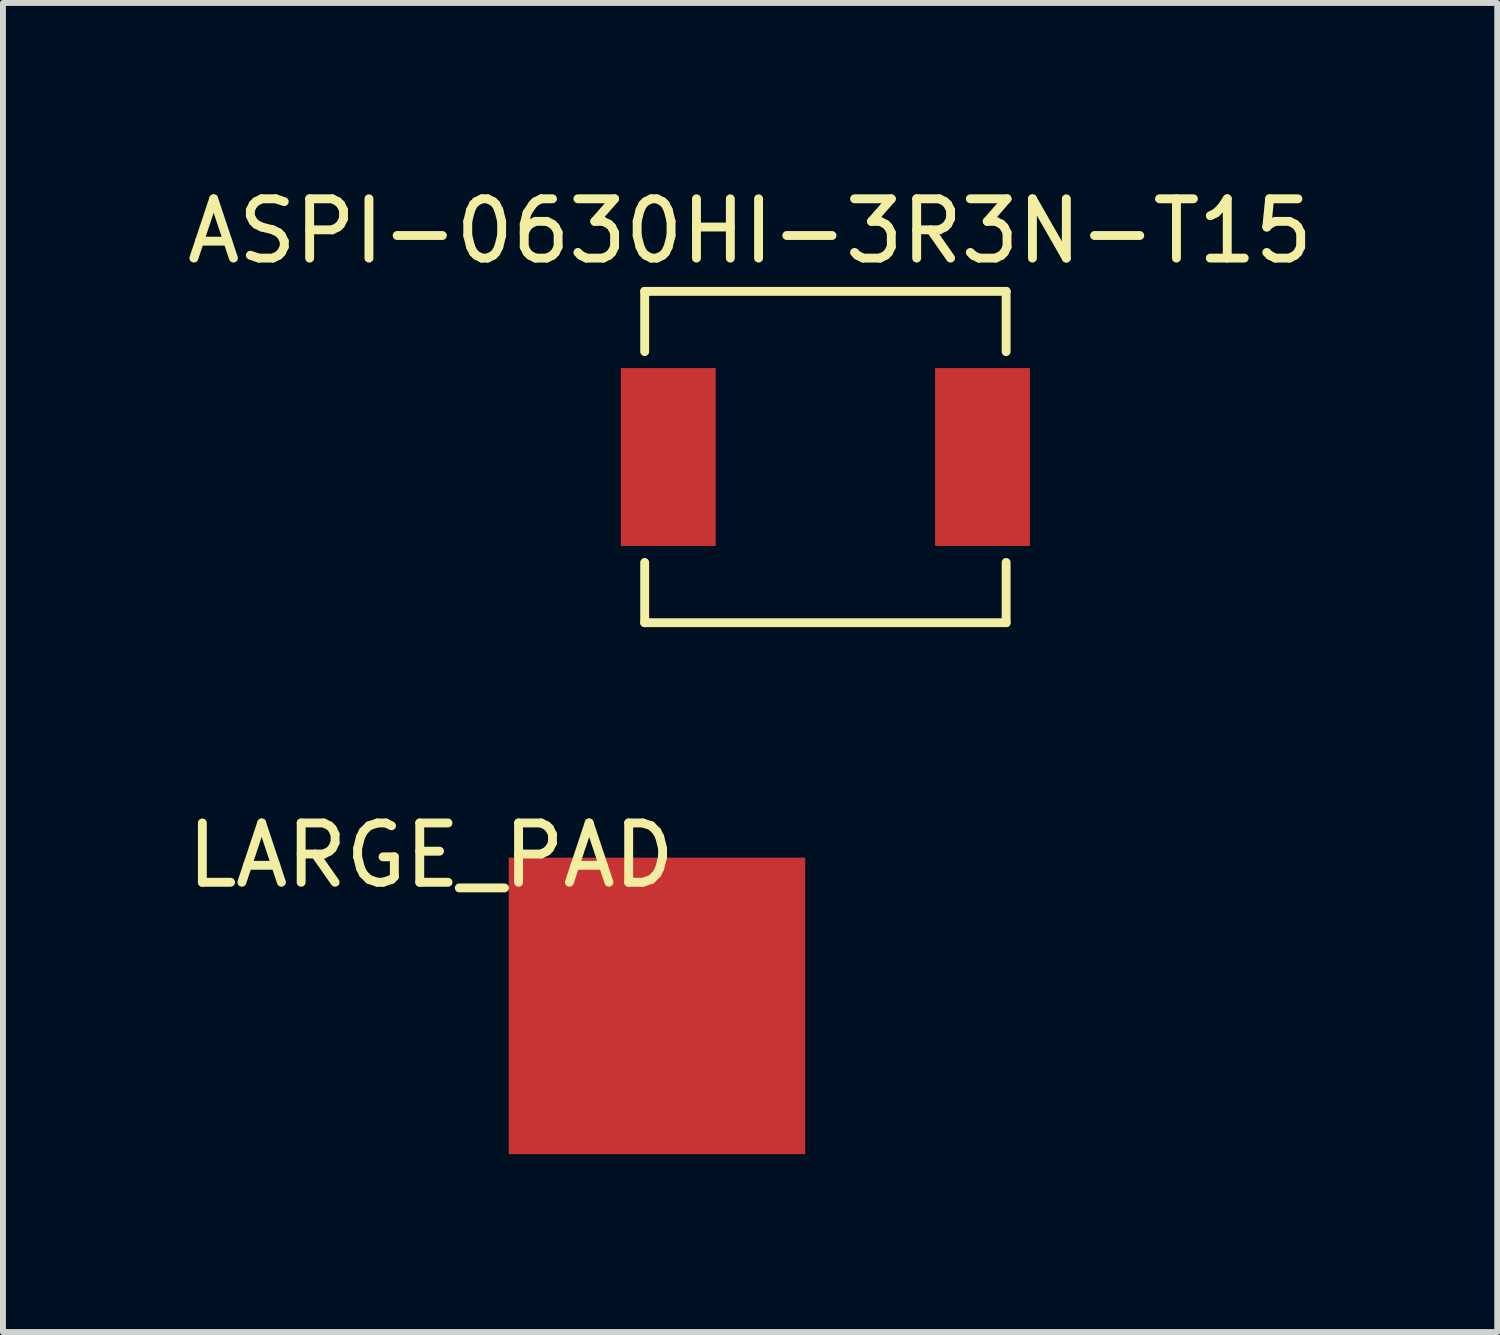
<source format=kicad_pcb>
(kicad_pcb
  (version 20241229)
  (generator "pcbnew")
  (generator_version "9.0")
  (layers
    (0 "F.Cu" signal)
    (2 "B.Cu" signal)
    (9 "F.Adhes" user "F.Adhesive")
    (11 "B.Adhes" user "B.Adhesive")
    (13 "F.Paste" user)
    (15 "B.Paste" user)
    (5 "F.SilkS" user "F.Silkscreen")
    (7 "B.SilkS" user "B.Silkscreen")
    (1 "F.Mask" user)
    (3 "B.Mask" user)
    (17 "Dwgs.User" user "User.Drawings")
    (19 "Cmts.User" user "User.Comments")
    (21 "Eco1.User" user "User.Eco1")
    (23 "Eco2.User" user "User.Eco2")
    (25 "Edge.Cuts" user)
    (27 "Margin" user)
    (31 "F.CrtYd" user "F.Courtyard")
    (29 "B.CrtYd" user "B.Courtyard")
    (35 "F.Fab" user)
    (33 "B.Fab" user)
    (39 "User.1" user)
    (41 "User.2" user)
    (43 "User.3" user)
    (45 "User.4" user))
  (footprint "LARGE_PAD"
    (layer "F.Cu")
    (at 8.03 13.915)
    (property "Reference" "LARGE_PAD" (at -3.81 -2.54 0) (layer "F.SilkS") (effects (font (size 1 1) (thickness 0.15))))
    (attr through_hole)
    (pad "1" smd rect (at 0 0) (size 5 5) (layers "F.Cu" "F.Mask" "F.Paste")))
  (footprint "ASPI-0630HI-3R3N-T15"
    (layer "F.Cu")
    (at 10.871 4.658)
    (property "Reference" "ASPI-0630HI-3R3N-T15" (at -1.27 -3.81 0) (layer "F.SilkS") (effects (font (size 1 1) (thickness 0.15))))
    (attr through_hole)
    (fp_line (start -3.048 -2.794) (end 3.048 -2.794) (stroke (width 0.15) (type solid)) (layer "F.SilkS"))
    (fp_line (start -3.048 -1.778) (end -3.048 -2.794) (stroke (width 0.15) (type solid)) (layer "F.SilkS"))
    (fp_line (start -3.048 2.794) (end -3.048 1.778) (stroke (width 0.15) (type solid)) (layer "F.SilkS"))
    (fp_line (start 3.048 -2.794) (end 3.048 -1.778) (stroke (width 0.15) (type solid)) (layer "F.SilkS"))
    (fp_line (start 3.048 1.778) (end 3.048 2.794) (stroke (width 0.15) (type solid)) (layer "F.SilkS"))
    (fp_line (start 3.048 2.794) (end -3.048 2.794) (stroke (width 0.15) (type solid)) (layer "F.SilkS"))
    (pad "1" smd rect (at -2.65 0) (size 1.6 3) (layers "F.Cu" "F.Mask" "F.Paste"))
    (pad "2" smd rect (at 2.65 0) (size 1.6 3) (layers "F.Cu" "F.Mask" "F.Paste")))
  (gr_rect
    (start -3 -3)
    (end 22.202 19.416)
    (stroke (width 0.1) (type default))
    (fill no)
    (layer "Edge.Cuts")))
</source>
